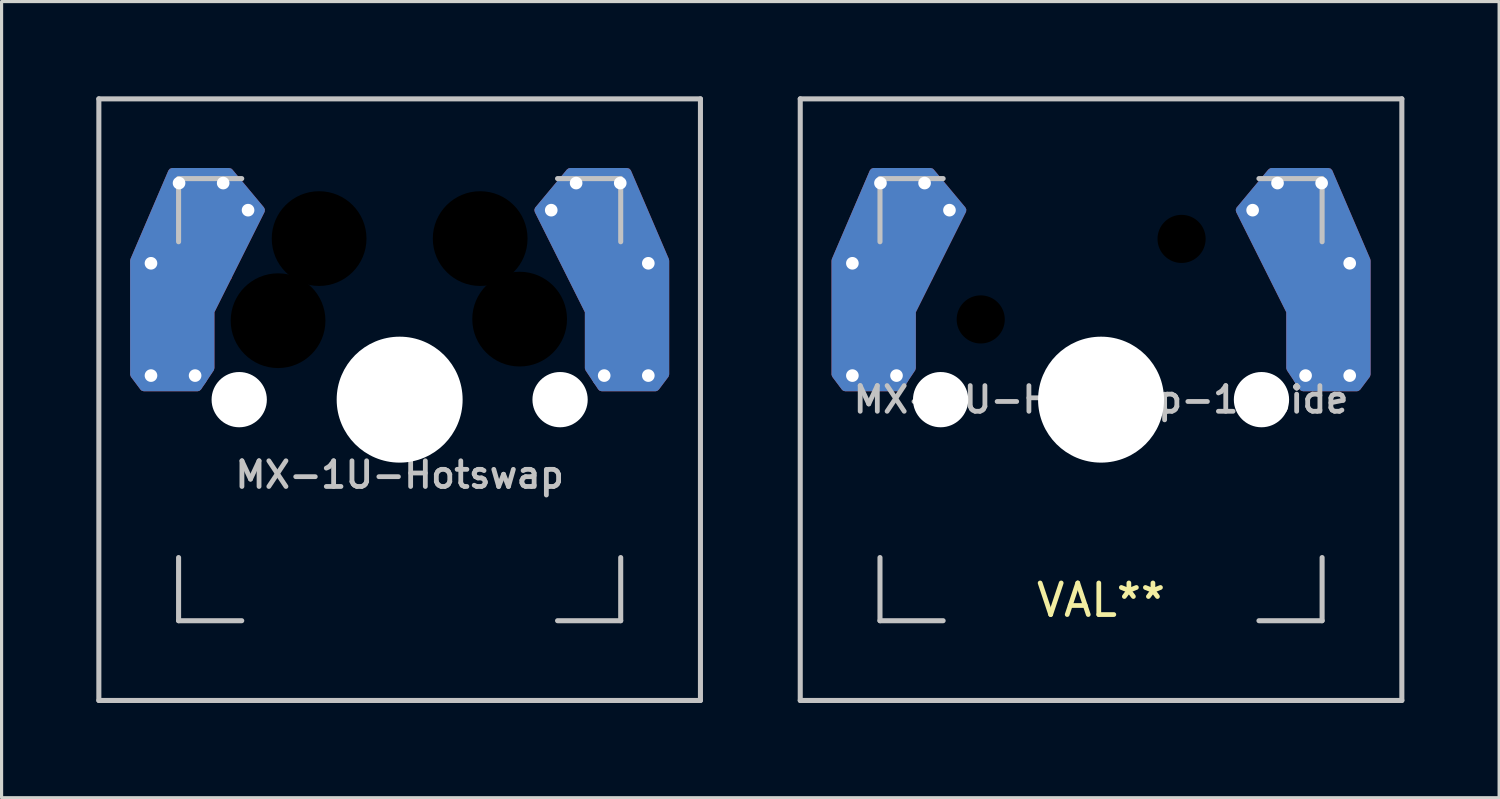
<source format=kicad_pcb>
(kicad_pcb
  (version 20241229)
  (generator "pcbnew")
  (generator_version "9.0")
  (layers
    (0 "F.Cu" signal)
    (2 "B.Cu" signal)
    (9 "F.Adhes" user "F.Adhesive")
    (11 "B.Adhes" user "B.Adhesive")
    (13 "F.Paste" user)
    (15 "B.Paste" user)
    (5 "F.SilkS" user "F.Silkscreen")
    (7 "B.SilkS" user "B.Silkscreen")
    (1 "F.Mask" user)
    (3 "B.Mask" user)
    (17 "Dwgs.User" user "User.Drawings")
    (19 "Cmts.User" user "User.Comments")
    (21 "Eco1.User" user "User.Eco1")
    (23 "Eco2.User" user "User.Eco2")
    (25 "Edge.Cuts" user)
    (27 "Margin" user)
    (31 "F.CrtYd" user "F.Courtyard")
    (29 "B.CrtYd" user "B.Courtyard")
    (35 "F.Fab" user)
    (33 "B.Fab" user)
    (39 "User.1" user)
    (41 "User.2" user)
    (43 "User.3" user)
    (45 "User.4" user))
  (footprint "MX-1U-Hotswap-1-side"
    (layer "F.Cu")
    (at 31.815 9.605)
    (property "Reference" "MX-1U-Hotswap-1-side" (at 0 0 0) (layer "Dwgs.User") (effects (font (size 0.813 0.813) (thickness 0.152))))
    (attr through_hole)
    (fp_line (start -9.525 -9.525) (end 9.525 -9.525) (stroke (width 0.16) (type solid)) (layer "Dwgs.User"))
    (fp_line (start -9.525 9.525) (end -9.525 -9.525) (stroke (width 0.16) (type solid)) (layer "Dwgs.User"))
    (fp_line (start -7 -7) (end -7 -5) (stroke (width 0.16) (type solid)) (layer "Dwgs.User"))
    (fp_line (start -7 5) (end -7 7) (stroke (width 0.16) (type solid)) (layer "Dwgs.User"))
    (fp_line (start -7 7) (end -5 7) (stroke (width 0.16) (type solid)) (layer "Dwgs.User"))
    (fp_line (start -5 -7) (end -7 -7) (stroke (width 0.16) (type solid)) (layer "Dwgs.User"))
    (fp_line (start 5 -7) (end 7 -7) (stroke (width 0.16) (type solid)) (layer "Dwgs.User"))
    (fp_line (start 5 7) (end 7 7) (stroke (width 0.16) (type solid)) (layer "Dwgs.User"))
    (fp_line (start 7 -7) (end 7 -5) (stroke (width 0.16) (type solid)) (layer "Dwgs.User"))
    (fp_line (start 7 7) (end 7 5) (stroke (width 0.16) (type solid)) (layer "Dwgs.User"))
    (fp_line (start 9.525 -9.525) (end 9.525 9.525) (stroke (width 0.16) (type solid)) (layer "Dwgs.User"))
    (fp_line (start 9.525 9.525) (end -9.525 9.525) (stroke (width 0.16) (type solid)) (layer "Dwgs.User"))
    (fp_line (start -1.191 -1.191) (end 1.191 1.191) (stroke (width 0.16) (type solid)) (layer "Cmts.User"))
    (fp_line (start -1.191 1.191) (end 1.191 -1.191) (stroke (width 0.16) (type solid)) (layer "Cmts.User"))
    (fp_text user "VAL**" (at 0 6.35 0) (unlocked yes) (layer "F.SilkS") (effects (font (size 1 1) (thickness 0.15))))
    (pad "" np_thru_hole circle (at -5.08 0 48) (size 1.75 1.75) (drill 1.75) (layers "*.Cu" "*.Mask"))
    (pad "" np_thru_hole circle (at -3.81 -2.54) (size 1.524 1.524) (drill 3) (layers "*.Mask"))
    (pad "" np_thru_hole circle (at 0 0) (size 3.988 3.988) (drill 3.988) (layers "*.Cu" "*.Mask"))
    (pad "" np_thru_hole circle (at 2.55 -5.09) (size 1.524 1.524) (drill 3) (layers "*.Mask"))
    (pad "" np_thru_hole circle (at 5.08 0 48) (size 1.75 1.75) (drill 1.75) (layers "*.Cu" "*.Mask"))
    (pad "1" thru_hole circle (at -7.874 -4.318) (size 0.8 0.8) (drill 0.4) (layers "*.Cu"))
    (pad "1" thru_hole circle (at -7.874 -0.762) (size 0.8 0.8) (drill 0.4) (layers "*.Cu"))
    (pad "1" smd custom (at -7.285 -2.54 180) (size 2.35 2.5) (layers "B.Cu") (options (anchor rect)) (primitives (gr_poly (pts (xy 1.115 -1.74) (xy 1.115 1.86) (xy -0.085 4.66) (xy -1.885 4.66) (xy -2.885 3.46) (xy -1.285 0.26) (xy -1.285 -1.54) (xy -0.885 -2.14) (xy 0.815 -2.14)) (width 0.27) (fill yes))))
    (pad "1" smd rect (at -7.2 -2.54 180) (size 2.35 2.5) (layers "B.Cu" "B.Mask" "B.Paste"))
    (pad "1" thru_hole circle (at -6.985 -6.858) (size 0.8 0.8) (drill 0.4) (layers "*.Cu"))
    (pad "1" smd custom (at -6.499 -5.067 180) (size 2.15 2.5) (layers "F.Cu") (options (anchor rect)) (primitives (gr_poly (pts (xy 1.901 -4.267) (xy 1.901 -0.667) (xy 0.701 2.133) (xy -1.099 2.133) (xy -2.099 0.933) (xy -0.499 -2.267) (xy -0.499 -4.067) (xy -0.099 -4.667) (xy 1.601 -4.667)) (width 0.27) (fill yes))))
    (pad "1" thru_hole circle (at -6.477 -0.762) (size 0.8 0.8) (drill 0.4) (layers "*.Cu"))
    (pad "1" smd rect (at -6.399 -5.067 180) (size 2.15 2.5) (layers "F.Cu" "F.Mask" "F.Paste"))
    (pad "1" thru_hole circle (at -5.588 -6.858) (size 0.8 0.8) (drill 0.4) (layers "*.Cu"))
    (pad "1" thru_hole circle (at -4.8 -6) (size 0.8 0.8) (drill 0.4) (layers "*.Cu"))
    (pad "2" thru_hole circle (at 4.8 -6) (size 0.8 0.8) (drill 0.4) (layers "*.Cu"))
    (pad "2" thru_hole circle (at 5.588 -6.858) (size 0.8 0.8) (drill 0.4) (layers "*.Cu"))
    (pad "2" smd rect (at 6.425 -5.067) (size 2.15 2.5) (layers "B.Cu" "B.Mask" "B.Paste"))
    (pad "2" smd custom (at 6.425 -5.067 180) (size 2.15 2.5) (layers "B.Cu") (options (anchor rect)) (primitives (gr_poly (pts (xy 0.425 -4.067) (xy 0.425 -2.267) (xy 2.025 0.933) (xy 1.025 2.133) (xy -0.775 2.133) (xy -1.975 -0.667) (xy -1.975 -4.267) (xy -1.675 -4.667) (xy 0.025 -4.667)) (width 0.27) (fill yes))))
    (pad "2" thru_hole circle (at 6.477 -0.762) (size 0.8 0.8) (drill 0.4) (layers "*.Cu"))
    (pad "2" thru_hole circle (at 6.985 -6.858) (size 0.8 0.8) (drill 0.4) (layers "*.Cu"))
    (pad "2" smd rect (at 7.212 -2.54) (size 2.35 2.5) (layers "F.Cu" "F.Mask" "F.Paste"))
    (pad "2" smd custom (at 7.212 -2.54 180) (size 2.35 2.5) (layers "F.Cu") (options (anchor rect)) (primitives (gr_poly (pts (xy 1.212 -1.54) (xy 1.212 0.26) (xy 2.812 3.46) (xy 1.812 4.66) (xy 0.012 4.66) (xy -1.188 1.86) (xy -1.188 -1.74) (xy -0.888 -2.14) (xy 0.812 -2.14)) (width 0.27) (fill yes))))
    (pad "2" thru_hole circle (at 7.874 -4.318) (size 0.8 0.8) (drill 0.4) (layers "*.Cu"))
    (pad "2" thru_hole circle (at 7.874 -0.762) (size 0.8 0.8) (drill 0.4) (layers "*.Cu")))
  (footprint "MX-1U-Hotswap"
    (layer "F.Cu")
    (at 9.605 9.605)
    (property "Reference" "MX-1U-Hotswap" (at 0 2.381 0) (layer "Dwgs.User") (effects (font (size 0.813 0.813) (thickness 0.152))))
    (attr through_hole)
    (fp_line (start -9.525 -9.525) (end 9.525 -9.525) (stroke (width 0.16) (type solid)) (layer "Dwgs.User"))
    (fp_line (start -9.525 9.525) (end -9.525 -9.525) (stroke (width 0.16) (type solid)) (layer "Dwgs.User"))
    (fp_line (start -7 -7) (end -7 -5) (stroke (width 0.16) (type solid)) (layer "Dwgs.User"))
    (fp_line (start -7 5) (end -7 7) (stroke (width 0.16) (type solid)) (layer "Dwgs.User"))
    (fp_line (start -7 7) (end -5 7) (stroke (width 0.16) (type solid)) (layer "Dwgs.User"))
    (fp_line (start -5 -7) (end -7 -7) (stroke (width 0.16) (type solid)) (layer "Dwgs.User"))
    (fp_line (start 5 -7) (end 7 -7) (stroke (width 0.16) (type solid)) (layer "Dwgs.User"))
    (fp_line (start 5 7) (end 7 7) (stroke (width 0.16) (type solid)) (layer "Dwgs.User"))
    (fp_line (start 7 -7) (end 7 -5) (stroke (width 0.16) (type solid)) (layer "Dwgs.User"))
    (fp_line (start 7 7) (end 7 5) (stroke (width 0.16) (type solid)) (layer "Dwgs.User"))
    (fp_line (start 9.525 -9.525) (end 9.525 9.525) (stroke (width 0.16) (type solid)) (layer "Dwgs.User"))
    (fp_line (start 9.525 9.525) (end -9.525 9.525) (stroke (width 0.16) (type solid)) (layer "Dwgs.User"))
    (fp_line (start -1.191 -1.191) (end 1.191 1.191) (stroke (width 0.16) (type solid)) (layer "Cmts.User"))
    (fp_line (start -1.191 1.191) (end 1.191 -1.191) (stroke (width 0.16) (type solid)) (layer "Cmts.User"))
    (pad "" np_thru_hole circle (at -5.08 0 48) (size 1.75 1.75) (drill 1.75) (layers "*.Cu" "*.Mask"))
    (pad "" np_thru_hole circle (at -3.85 -2.5) (size 3 3) (drill 3) (layers "*.Mask"))
    (pad "" np_thru_hole circle (at -2.55 -5.1) (size 3 3) (drill 3) (layers "*.Mask"))
    (pad "" np_thru_hole circle (at 0 0) (size 3.988 3.988) (drill 3.988) (layers "*.Cu" "*.Mask"))
    (pad "" np_thru_hole circle (at 2.55 -5.1) (size 3 3) (drill 3) (layers "*.Mask"))
    (pad "" np_thru_hole circle (at 3.8 -2.55) (size 3 3) (drill 3) (layers "*.Mask"))
    (pad "" np_thru_hole circle (at 5.08 0 48) (size 1.75 1.75) (drill 1.75) (layers "*.Cu" "*.Mask"))
    (pad "1" thru_hole circle (at -7.874 -4.318) (size 0.8 0.8) (drill 0.4) (layers "*.Cu"))
    (pad "1" thru_hole circle (at -7.874 -0.762) (size 0.8 0.8) (drill 0.4) (layers "*.Cu"))
    (pad "1" smd custom (at -7.285 -2.54 180) (size 2.35 2.5) (layers "B.Cu") (options (anchor rect)) (primitives (gr_poly (pts (xy 1.115 -1.74) (xy 1.115 1.86) (xy -0.085 4.66) (xy -1.885 4.66) (xy -2.885 3.46) (xy -1.285 0.26) (xy -1.285 -1.54) (xy -0.885 -2.14) (xy 0.815 -2.14)) (width 0.27) (fill yes))))
    (pad "1" smd rect (at -7.2 -2.54 180) (size 2.35 2.5) (layers "B.Cu" "B.Mask" "B.Paste"))
    (pad "1" thru_hole circle (at -6.985 -6.858) (size 0.8 0.8) (drill 0.4) (layers "*.Cu"))
    (pad "1" smd custom (at -6.499 -5.067 180) (size 2.15 2.5) (layers "F.Cu") (options (anchor rect)) (primitives (gr_poly (pts (xy 1.901 -4.267) (xy 1.901 -0.667) (xy 0.701 2.133) (xy -1.099 2.133) (xy -2.099 0.933) (xy -0.499 -2.267) (xy -0.499 -4.067) (xy -0.099 -4.667) (xy 1.601 -4.667)) (width 0.27) (fill yes))))
    (pad "1" thru_hole circle (at -6.477 -0.762) (size 0.8 0.8) (drill 0.4) (layers "*.Cu"))
    (pad "1" smd rect (at -6.399 -5.067 180) (size 2.15 2.5) (layers "F.Cu" "F.Mask" "F.Paste"))
    (pad "1" thru_hole circle (at -5.588 -6.858) (size 0.8 0.8) (drill 0.4) (layers "*.Cu"))
    (pad "1" thru_hole circle (at -4.8 -6) (size 0.8 0.8) (drill 0.4) (layers "*.Cu"))
    (pad "2" thru_hole circle (at 4.8 -6) (size 0.8 0.8) (drill 0.4) (layers "*.Cu"))
    (pad "2" thru_hole circle (at 5.588 -6.858) (size 0.8 0.8) (drill 0.4) (layers "*.Cu"))
    (pad "2" smd rect (at 6.425 -5.067) (size 2.15 2.5) (layers "B.Cu" "B.Mask" "B.Paste"))
    (pad "2" smd custom (at 6.425 -5.067 180) (size 2.15 2.5) (layers "B.Cu") (options (anchor rect)) (primitives (gr_poly (pts (xy 0.425 -4.067) (xy 0.425 -2.267) (xy 2.025 0.933) (xy 1.025 2.133) (xy -0.775 2.133) (xy -1.975 -0.667) (xy -1.975 -4.267) (xy -1.675 -4.667) (xy 0.025 -4.667)) (width 0.27) (fill yes))))
    (pad "2" thru_hole circle (at 6.477 -0.762) (size 0.8 0.8) (drill 0.4) (layers "*.Cu"))
    (pad "2" thru_hole circle (at 6.985 -6.858) (size 0.8 0.8) (drill 0.4) (layers "*.Cu"))
    (pad "2" smd rect (at 7.212 -2.54) (size 2.35 2.5) (layers "F.Cu" "F.Mask" "F.Paste"))
    (pad "2" smd custom (at 7.212 -2.54 180) (size 2.35 2.5) (layers "F.Cu") (options (anchor rect)) (primitives (gr_poly (pts (xy 1.212 -1.54) (xy 1.212 0.26) (xy 2.812 3.46) (xy 1.812 4.66) (xy 0.012 4.66) (xy -1.188 1.86) (xy -1.188 -1.74) (xy -0.888 -2.14) (xy 0.812 -2.14)) (width 0.27) (fill yes))))
    (pad "2" thru_hole circle (at 7.874 -4.318) (size 0.8 0.8) (drill 0.4) (layers "*.Cu"))
    (pad "2" thru_hole circle (at 7.874 -0.762) (size 0.8 0.8) (drill 0.4) (layers "*.Cu")))
  (gr_rect
    (start -3 -3)
    (end 44.42 22.21)
    (stroke (width 0.1) (type default))
    (fill no)
    (layer "Edge.Cuts")))
</source>
